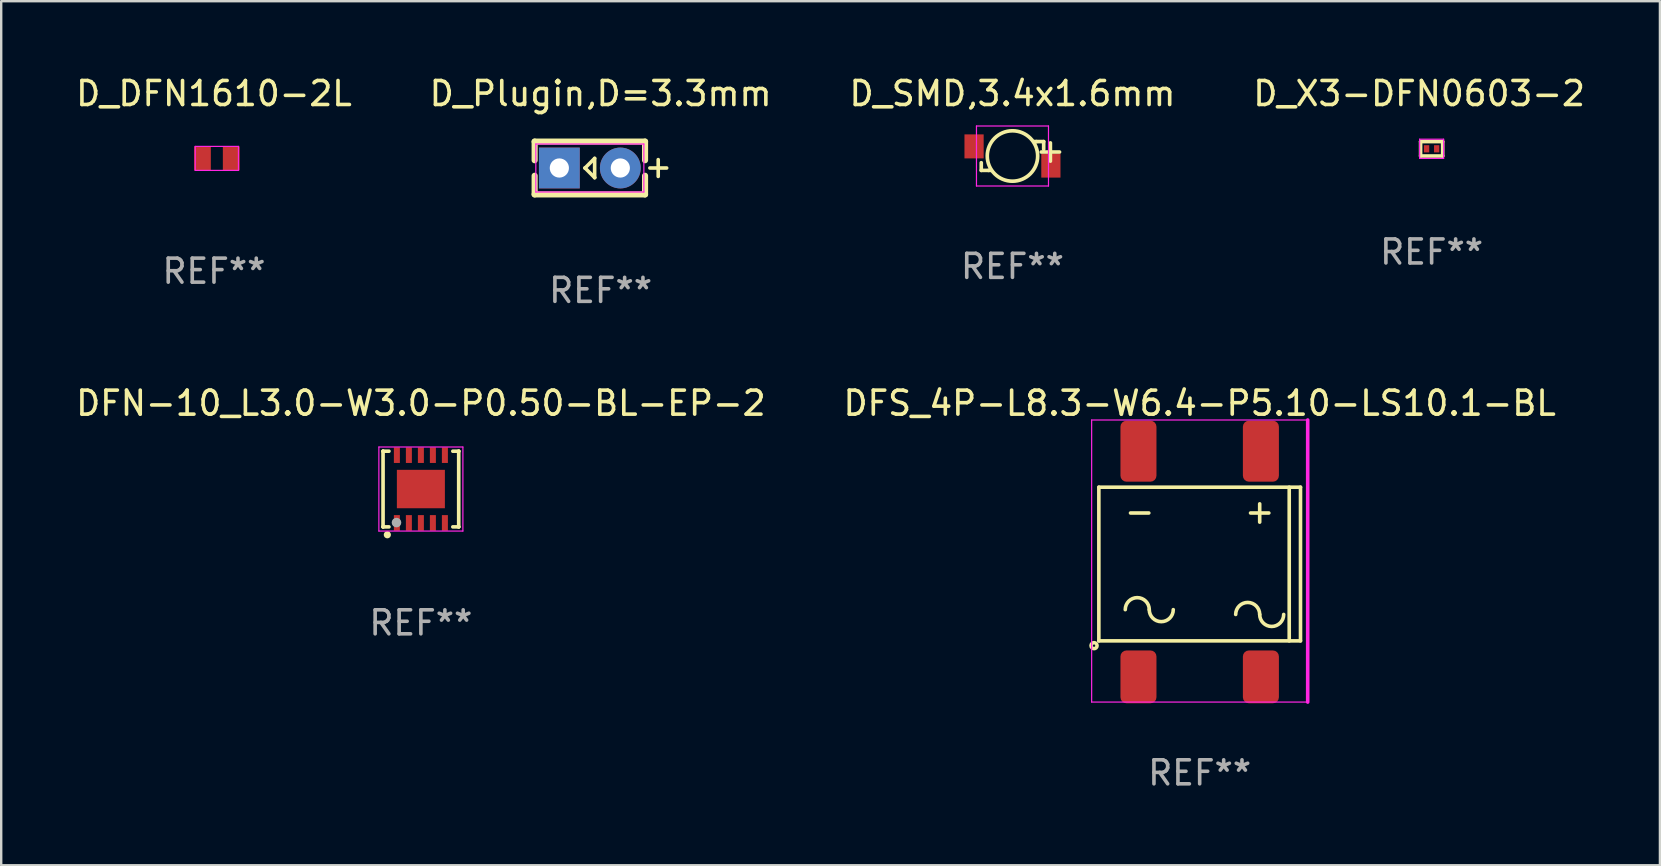
<source format=kicad_pcb>
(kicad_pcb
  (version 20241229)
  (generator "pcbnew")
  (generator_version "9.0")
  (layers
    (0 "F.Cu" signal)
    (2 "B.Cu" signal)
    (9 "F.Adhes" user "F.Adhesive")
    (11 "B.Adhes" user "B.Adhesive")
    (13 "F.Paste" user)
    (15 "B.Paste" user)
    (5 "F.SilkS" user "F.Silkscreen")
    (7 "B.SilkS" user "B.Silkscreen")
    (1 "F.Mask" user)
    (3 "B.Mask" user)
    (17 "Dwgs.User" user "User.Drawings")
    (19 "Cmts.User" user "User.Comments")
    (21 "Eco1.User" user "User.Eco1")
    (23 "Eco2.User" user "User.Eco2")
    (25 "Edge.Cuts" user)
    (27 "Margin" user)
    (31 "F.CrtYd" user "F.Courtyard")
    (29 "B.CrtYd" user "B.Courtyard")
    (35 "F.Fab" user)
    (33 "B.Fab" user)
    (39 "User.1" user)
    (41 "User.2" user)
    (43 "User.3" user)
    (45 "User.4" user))
  (footprint "D_DFN1610-2L"
    (layer "F.Cu")
    (at 5.983 3.548)
    (property "Reference" "D_DFN1610-2L" (at -0.12 -2.7 0) (layer "F.SilkS") (effects (font (size 1 1) (thickness 0.15))))
    (attr smd)
    (fp_line (start -0.9 -0.5) (end -0.9 0.5) (stroke (width 0.05) (type default)) (layer "F.CrtYd"))
    (fp_line (start -0.9 0.5) (end 0.9 0.5) (stroke (width 0.05) (type default)) (layer "F.CrtYd"))
    (fp_line (start 0.9 -0.5) (end -0.9 -0.5) (stroke (width 0.05) (type default)) (layer "F.CrtYd"))
    (fp_line (start 0.9 0.5) (end 0.9 -0.5) (stroke (width 0.05) (type default)) (layer "F.CrtYd"))
    (fp_text user "REF**" (at -0.12 4.7 0) (layer "F.Fab") (effects (font (size 1 1) (thickness 0.15))))
    (pad "1" smd rect (at -0.6 0 90) (size 1 0.7) (layers "F.Cu" "F.Mask" "F.Paste"))
    (pad "2" smd rect (at 0.6 0 90) (size 1 0.7) (layers "F.Cu" "F.Mask" "F.Paste")))
  (footprint "DFN-10_L3.0-W3.0-P0.50-BL-EP-2"
    (layer "F.Cu")
    (at 14.482 17.321)
    (property "Reference" "DFN-10_L3.0-W3.0-P0.50-BL-EP-2" (at 0 -3.576 0) (layer "F.SilkS") (effects (font (size 1 1) (thickness 0.15))))
    (attr smd)
    (fp_line (start -1.576 -1.576) (end -1.576 -1.576) (stroke (width 0.152) (type solid)) (layer "F.SilkS"))
    (fp_line (start -1.576 -1.576) (end -1.331 -1.576) (stroke (width 0.152) (type solid)) (layer "F.SilkS"))
    (fp_line (start -1.576 1.576) (end -1.576 -1.576) (stroke (width 0.152) (type solid)) (layer "F.SilkS"))
    (fp_line (start -1.576 1.576) (end -1.576 1.576) (stroke (width 0.152) (type solid)) (layer "F.SilkS"))
    (fp_line (start -1.331 1.576) (end -1.576 1.576) (stroke (width 0.152) (type solid)) (layer "F.SilkS"))
    (fp_line (start 1.331 1.576) (end 1.576 1.576) (stroke (width 0.152) (type solid)) (layer "F.SilkS"))
    (fp_line (start 1.576 -1.576) (end 1.331 -1.576) (stroke (width 0.152) (type solid)) (layer "F.SilkS"))
    (fp_line (start 1.576 -1.576) (end 1.576 -1.576) (stroke (width 0.152) (type solid)) (layer "F.SilkS"))
    (fp_line (start 1.576 1.576) (end 1.576 -1.576) (stroke (width 0.152) (type solid)) (layer "F.SilkS"))
    (fp_line (start 1.576 1.576) (end 1.576 1.576) (stroke (width 0.152) (type solid)) (layer "F.SilkS"))
    (fp_circle (center -1.397 1.905) (end -1.322 1.905) (stroke (width 0.15) (type solid)) (fill no) (layer "F.SilkS"))
    (fp_line (start -1.75 -1.75) (end 1.75 -1.75) (stroke (width 0.05) (type default)) (layer "F.CrtYd"))
    (fp_line (start -1.75 1.75) (end -1.75 -1.75) (stroke (width 0.05) (type default)) (layer "F.CrtYd"))
    (fp_line (start 1.75 -1.75) (end 1.75 1.75) (stroke (width 0.05) (type default)) (layer "F.CrtYd"))
    (fp_line (start 1.75 1.75) (end -1.75 1.75) (stroke (width 0.05) (type default)) (layer "F.CrtYd"))
    (fp_circle (center -1.016 1.397) (end -0.916 1.397) (stroke (width 0.2) (type solid)) (fill no) (layer "F.Fab"))
    (fp_text user "REF**" (at 0 5.576 0) (layer "F.Fab") (effects (font (size 1 1) (thickness 0.15))))
    (pad "1" smd rect (at -1 1.411) (size 0.25 0.65) (layers "F.Cu" "F.Mask" "F.Paste"))
    (pad "2" smd rect (at -0.5 1.411) (size 0.25 0.65) (layers "F.Cu" "F.Mask" "F.Paste"))
    (pad "3" smd rect (at 0 1.411) (size 0.25 0.65) (layers "F.Cu" "F.Mask" "F.Paste"))
    (pad "4" smd rect (at 0.5 1.411) (size 0.25 0.65) (layers "F.Cu" "F.Mask" "F.Paste"))
    (pad "5" smd rect (at 1 1.411) (size 0.25 0.65) (layers "F.Cu" "F.Mask" "F.Paste"))
    (pad "6" smd rect (at 1 -1.411) (size 0.25 0.65) (layers "F.Cu" "F.Mask" "F.Paste"))
    (pad "7" smd rect (at 0.5 -1.411) (size 0.25 0.65) (layers "F.Cu" "F.Mask" "F.Paste"))
    (pad "8" smd rect (at 0 -1.411) (size 0.25 0.65) (layers "F.Cu" "F.Mask" "F.Paste"))
    (pad "9" smd rect (at -0.5 -1.411) (size 0.25 0.65) (layers "F.Cu" "F.Mask" "F.Paste"))
    (pad "10" smd rect (at -1 -1.411) (size 0.25 0.65) (layers "F.Cu" "F.Mask" "F.Paste"))
    (pad "11" smd rect (at 0 0) (size 2 1.6) (layers "F.Cu" "F.Mask" "F.Paste")))
  (footprint "D_SMD,3.4x1.6mm"
    (layer "F.Cu")
    (at 39.125 3.448)
    (property "Reference" "D_SMD,3.4x1.6mm" (at 0 -2.6 0) (layer "F.SilkS") (effects (font (size 1 1) (thickness 0.15))))
    (attr smd)
    (fp_line (start -1.3 0.6) (end -1.3 0.28) (stroke (width 0.152) (type solid)) (layer "F.SilkS"))
    (fp_line (start -1 0.6) (end -1.3 0.6) (stroke (width 0.152) (type solid)) (layer "F.SilkS"))
    (fp_line (start -1 0.6) (end -0.89 0.6) (stroke (width 0.152) (type solid)) (layer "F.SilkS"))
    (fp_line (start 1 -0.6) (end 0.895 -0.6) (stroke (width 0.152) (type solid)) (layer "F.SilkS"))
    (fp_line (start 1 -0.6) (end 1.3 -0.6) (stroke (width 0.152) (type solid)) (layer "F.SilkS"))
    (fp_line (start 1.3 -0.6) (end 1.3 -0.28) (stroke (width 0.152) (type solid)) (layer "F.SilkS"))
    (fp_circle (center 0 0) (end 1.05 0) (stroke (width 0.152) (type solid)) (fill no) (layer "F.SilkS"))
    (fp_line (start -1.5 -1.25) (end 1.5 -1.25) (stroke (width 0.05) (type default)) (layer "F.CrtYd"))
    (fp_line (start -1.5 1.25) (end -1.5 -1.25) (stroke (width 0.05) (type default)) (layer "F.CrtYd"))
    (fp_line (start 1.5 -1.25) (end 1.5 1.25) (stroke (width 0.05) (type default)) (layer "F.CrtYd"))
    (fp_line (start 1.5 1.25) (end -1.5 1.25) (stroke (width 0.05) (type default)) (layer "F.CrtYd"))
    (fp_text user "+" (at 1.58 -0.24 0) (layer "F.SilkS") (effects (font (size 1 1) (thickness 0.15))))
    (fp_text user "REF**" (at 0 4.6 0) (layer "F.Fab") (effects (font (size 1 1) (thickness 0.15))))
    (pad "1" smd rect (at -1.6 -0.4 270) (size 1 0.8) (layers "F.Cu" "F.Mask" "F.Paste"))
    (pad "2" smd rect (at 1.6 0.4 270) (size 1 0.8) (layers "F.Cu" "F.Mask" "F.Paste")))
  (footprint "D_X3-DFN0603-2"
    (layer "F.Cu")
    (at 56.585 3.148)
    (property "Reference" "D_X3-DFN0603-2" (at -0.52 -2.3 0) (layer "F.SilkS") (effects (font (size 1 1) (thickness 0.15))))
    (attr smd)
    (fp_line (start -0.46 -0.3) (end -0.46 0.3) (stroke (width 0.15) (type solid)) (layer "F.SilkS"))
    (fp_line (start -0.46 -0.3) (end 0.46 -0.3) (stroke (width 0.15) (type solid)) (layer "F.SilkS"))
    (fp_line (start -0.46 0.3) (end 0.46 0.3) (stroke (width 0.15) (type solid)) (layer "F.SilkS"))
    (fp_line (start 0.46 -0.3) (end 0.46 0.3) (stroke (width 0.15) (type solid)) (layer "F.SilkS"))
    (fp_line (start -0.5 -0.4) (end 0.5 -0.4) (stroke (width 0.05) (type default)) (layer "F.CrtYd"))
    (fp_line (start -0.5 0.4) (end -0.5 -0.4) (stroke (width 0.05) (type default)) (layer "F.CrtYd"))
    (fp_line (start 0.5 -0.4) (end 0.5 0.4) (stroke (width 0.05) (type default)) (layer "F.CrtYd"))
    (fp_line (start 0.5 0.4) (end -0.5 0.4) (stroke (width 0.05) (type default)) (layer "F.CrtYd"))
    (fp_text user "REF**" (at 0 4.3 0) (layer "F.Fab") (effects (font (size 1 1) (thickness 0.15))))
    (pad "1" smd rect (at -0.21 0 180) (size 0.22 0.3) (layers "F.Cu" "F.Mask" "F.Paste"))
    (pad "2" smd rect (at 0.21 0 180) (size 0.22 0.3) (layers "F.Cu" "F.Mask" "F.Paste")))
  (footprint "D_Plugin,D=3.3mm"
    (layer "F.Cu")
    (at 21.52 3.948)
    (property "Reference" "D_Plugin,D=3.3mm" (at 0.45 -3.1 0) (layer "F.SilkS") (effects (font (size 1 1) (thickness 0.15))))
    (attr through_hole)
    (fp_line (start -2.3 -1.1) (end -2.3 -0.323) (stroke (width 0.254) (type solid)) (layer "F.SilkS"))
    (fp_line (start -2.3 -1.1) (end 2.3 -1.1) (stroke (width 0.254) (type solid)) (layer "F.SilkS"))
    (fp_line (start -2.3 0.323) (end -2.3 1.1) (stroke (width 0.254) (type solid)) (layer "F.SilkS"))
    (fp_line (start -2.3 1.1) (end 2.3 1.1) (stroke (width 0.254) (type solid)) (layer "F.SilkS"))
    (fp_line (start -0.2 -0.000051) (end -0.2 -0.000051) (stroke (width 0.15) (type solid)) (layer "F.SilkS"))
    (fp_line (start -0.2 -0.000051) (end 0.2 -0.4) (stroke (width 0.15) (type solid)) (layer "F.SilkS"))
    (fp_line (start 0.2 0.4) (end -0.2 -0.000051) (stroke (width 0.15) (type solid)) (layer "F.SilkS"))
    (fp_line (start 0.2 0.4) (end 0.2 -0.4) (stroke (width 0.15) (type solid)) (layer "F.SilkS"))
    (fp_line (start 0.2 0.4) (end 0.2 0.4) (stroke (width 0.15) (type solid)) (layer "F.SilkS"))
    (fp_line (start 2.3 -1.1) (end 2.3 -0.323) (stroke (width 0.254) (type solid)) (layer "F.SilkS"))
    (fp_line (start 2.3 0.323) (end 2.3 1.1) (stroke (width 0.254) (type solid)) (layer "F.SilkS"))
    (fp_line (start 2.5 0) (end 3.2 0) (stroke (width 0.15) (type solid)) (layer "F.SilkS"))
    (fp_line (start 2.848 0.351) (end 2.848 -0.349) (stroke (width 0.15) (type solid)) (layer "F.SilkS"))
    (fp_line (start -2.25 -1) (end 2.25 -1) (stroke (width 0.05) (type default)) (layer "F.CrtYd"))
    (fp_line (start -2.25 1) (end -2.25 -1) (stroke (width 0.05) (type default)) (layer "F.CrtYd"))
    (fp_line (start 2.25 -1) (end 2.25 1) (stroke (width 0.05) (type default)) (layer "F.CrtYd"))
    (fp_line (start 2.25 1) (end -2.25 1) (stroke (width 0.05) (type default)) (layer "F.CrtYd"))
    (fp_text user "REF**" (at 0.45 5.1 0) (layer "F.Fab") (effects (font (size 1 1) (thickness 0.15))))
    (pad "1" thru_hole rect (at -1.27 0) (size 1.7 1.7) (drill 0.8) (layers "*.Cu" "*.Mask"))
    (pad "2" thru_hole circle (at 1.27 0) (size 1.7 1.7) (drill 0.8) (layers "*.Cu" "*.Mask")))
  (footprint "DFS_4P-L8.3-W6.4-P5.10-LS10.1-BL"
    (layer "F.Cu")
    (at 46.923 20.445)
    (property "Reference" "DFS_4P-L8.3-W6.4-P5.10-LS10.1-BL" (at 0 -6.7 0) (layer "F.SilkS") (effects (font (size 1 1) (thickness 0.15))))
    (attr smd)
    (fp_line (start -4.2 -3.2) (end 4.2 -3.2) (stroke (width 0.15) (type solid)) (layer "F.SilkS"))
    (fp_line (start -4.2 3.2) (end -4.2 -3.2) (stroke (width 0.15) (type solid)) (layer "F.SilkS"))
    (fp_line (start 3.73 -3.2) (end 3.73 3.2) (stroke (width 0.15) (type solid)) (layer "F.SilkS"))
    (fp_line (start 4.2 -3.2) (end 4.2 3.2) (stroke (width 0.15) (type solid)) (layer "F.SilkS"))
    (fp_line (start 4.2 3.2) (end -4.2 3.2) (stroke (width 0.15) (type solid)) (layer "F.SilkS"))
    (fp_arc (start -3.1 1.9) (mid -2.6 1.4) (end -2.1 1.9) (stroke (width 0.15) (type solid)) (layer "F.SilkS"))
    (fp_arc (start -1.1 1.9) (mid -1.6 2.4) (end -2.1 1.9) (stroke (width 0.15) (type solid)) (layer "F.SilkS"))
    (fp_arc (start 1.5 2.1) (mid 2 1.6) (end 2.5 2.1) (stroke (width 0.15) (type solid)) (layer "F.SilkS"))
    (fp_arc (start 3.5 2.1) (mid 3 2.6) (end 2.5 2.1) (stroke (width 0.15) (type solid)) (layer "F.SilkS"))
    (fp_circle (center -4.4 3.4) (end -4.35 3.4) (stroke (width 0.15) (type solid)) (fill no) (layer "F.SilkS"))
    (fp_line (start -4.5 -6) (end -4.5 5.75) (stroke (width 0.05) (type default)) (layer "F.CrtYd"))
    (fp_line (start -4.5 5.75) (end 4.5 5.75) (stroke (width 0.05) (type default)) (layer "F.CrtYd"))
    (fp_line (start 4.5 -6) (end -4.5 -6) (stroke (width 0.05) (type default)) (layer "F.CrtYd"))
    (fp_line (start 4.5 5.75) (end 4.5 -6) (stroke (width 0.15) (type default)) (layer "F.CrtYd"))
    (fp_text user "+" (at 2.5 -2.2 0) (layer "F.SilkS") (effects (font (size 1 1) (thickness 0.15))))
    (fp_text user "-" (at -2.5 -2.2 0) (layer "F.SilkS") (effects (font (size 1 1) (thickness 0.15))))
    (fp_text user "REF**" (at 0 8.7 0) (layer "F.Fab") (effects (font (size 1 1) (thickness 0.15))))
    (pad "1" smd roundrect (at -2.55 4.7) (size 1.5 2.2) (layers "F.Cu" "F.Mask" "F.Paste") (roundrect_rratio 0.167))
    (pad "2" smd roundrect (at 2.55 4.7) (size 1.5 2.2) (layers "F.Cu" "F.Mask" "F.Paste") (roundrect_rratio 0.167))
    (pad "3" smd roundrect (at 2.55 -4.7 180) (size 1.5 2.54) (layers "F.Cu" "F.Mask" "F.Paste") (roundrect_rratio 0.167))
    (pad "4" smd roundrect (at -2.55 -4.7 180) (size 1.5 2.54) (layers "F.Cu" "F.Mask" "F.Paste") (roundrect_rratio 0.167)))
  (gr_rect
    (start -3 -3)
    (end 66.095 32.993)
    (stroke (width 0.1) (type default))
    (fill no)
    (layer "Edge.Cuts")))
</source>
